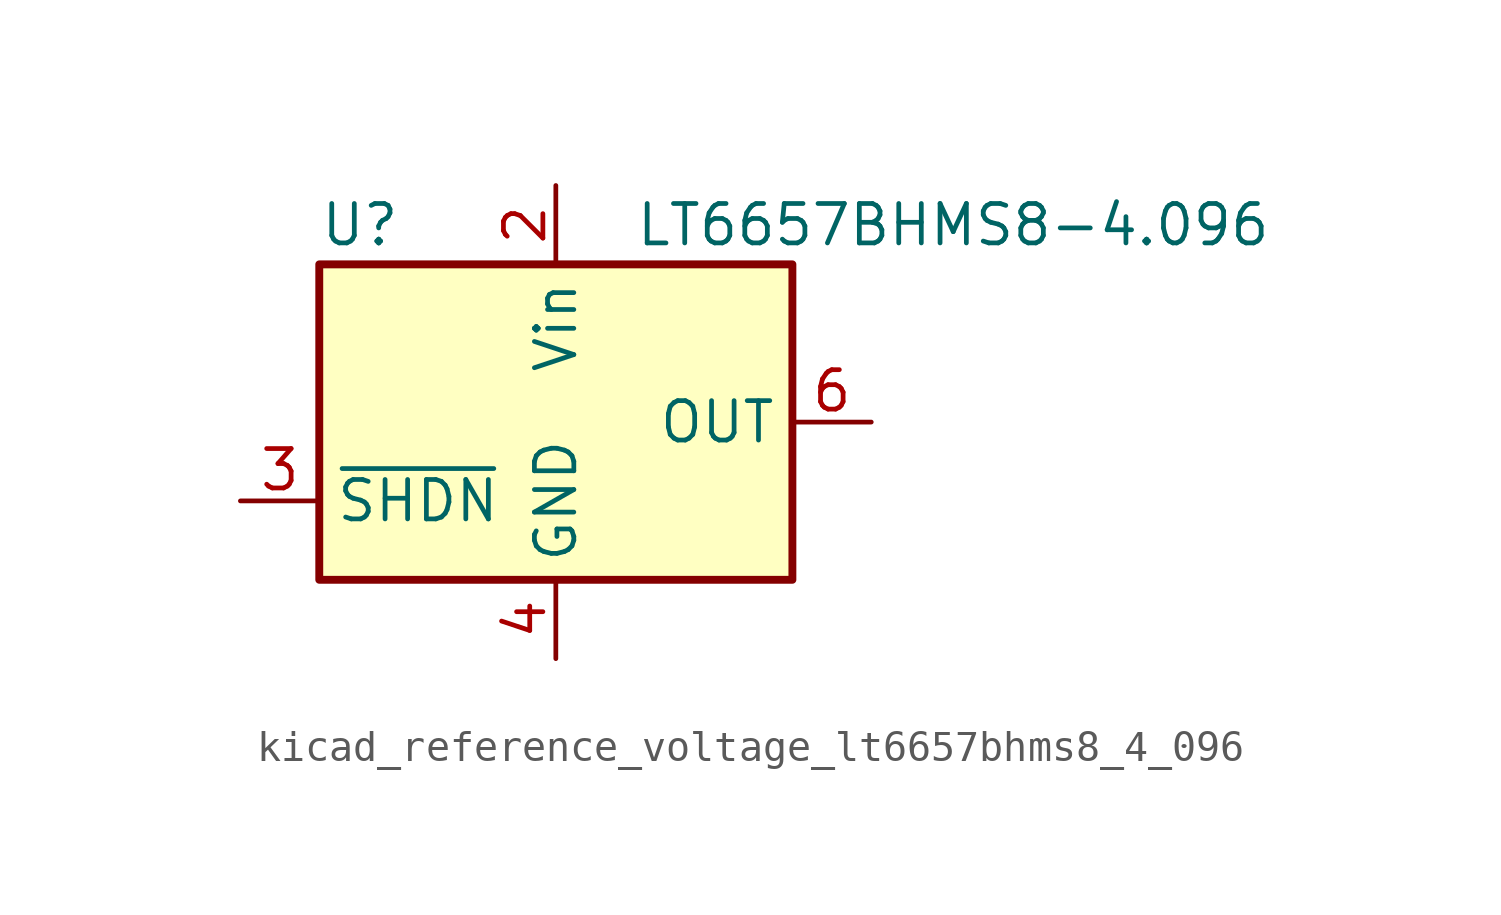
<source format=kicad_sym>
(kicad_symbol_lib
  (version 20220914)
  (generator kicad_symbol_editor)
  (symbol "kicad_reference_voltage_lt6657bhms8_4_096"
    (property "Reference" "U"
      (at -7.62 6.35 0)
      (effects (font (size 1.27 1.27)) (justify left)))
    (property "Value" "LT6657BHMS8-4.096"
      (at 2.54 6.35 0)
      (effects (font (size 1.27 1.27)) (justify left)))
    (symbol "kicad_reference_voltage_lt6657bhms8_4_096_0_1"
      (rectangle (start -7.62 5.08) (end 7.62 -5.08) (stroke (width 0.254) (type default)) (fill (type background))))
    (symbol "kicad_reference_voltage_lt6657bhms8_4_096_1_1"
      (pin no_connect line (at 7.62 -2.54 180) (length 2.54) hide (name "DNC" (effects (font (size 1.27 1.27)))) (number "1" (effects (font (size 1.27 1.27)))))
      (pin power_in line (at 0 7.62 270) (length 2.54) (name "Vin" (effects (font (size 1.27 1.27)))) (number "2" (effects (font (size 1.27 1.27)))))
      (pin input line (at -10.16 -2.54 0) (length 2.54) (name "~{SHDN}" (effects (font (size 1.27 1.27)))) (number "3" (effects (font (size 1.27 1.27)))))
      (pin power_in line (at 0 -7.62 90) (length 2.54) (name "GND" (effects (font (size 1.27 1.27)))) (number "4" (effects (font (size 1.27 1.27)))))
      (pin no_connect line (at -7.62 0 0) (length 2.54) hide (name "DNC" (effects (font (size 1.27 1.27)))) (number "5" (effects (font (size 1.27 1.27)))))
      (pin power_out line (at 10.16 0 180) (length 2.54) (name "OUT" (effects (font (size 1.27 1.27)))) (number "6" (effects (font (size 1.27 1.27)))))
      (pin no_connect line (at -7.62 2.54 0) (length 2.54) hide (name "DNC" (effects (font (size 1.27 1.27)))) (number "7" (effects (font (size 1.27 1.27)))))
      (pin no_connect line (at 7.62 2.54 180) (length 2.54) hide (name "DNC" (effects (font (size 1.27 1.27)))) (number "8" (effects (font (size 1.27 1.27))))))))
</source>
